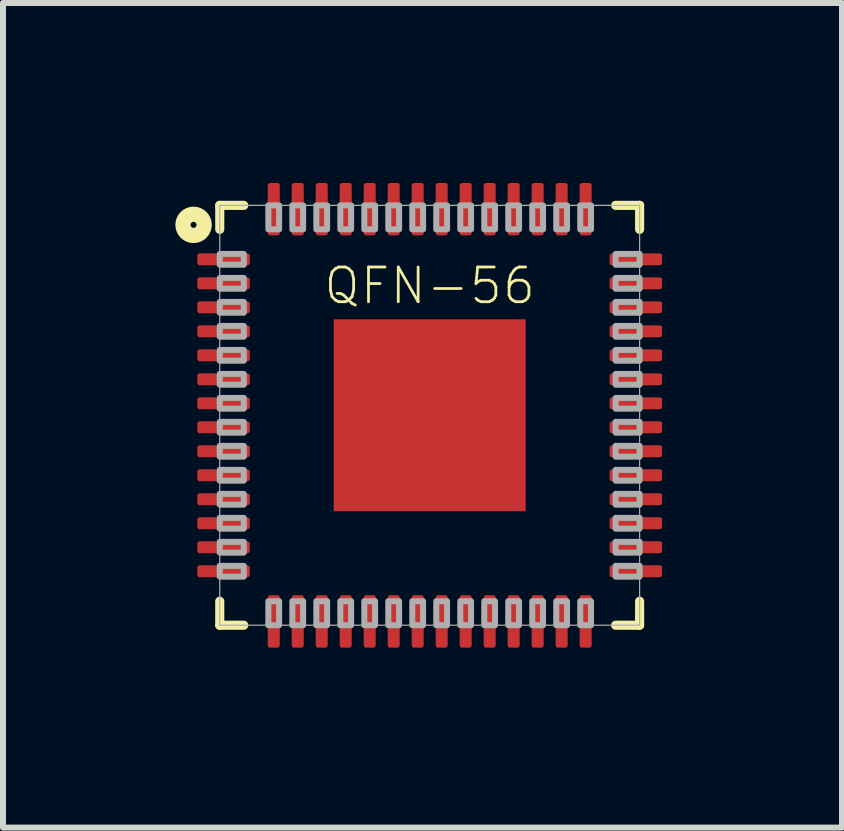
<source format=kicad_pcb>
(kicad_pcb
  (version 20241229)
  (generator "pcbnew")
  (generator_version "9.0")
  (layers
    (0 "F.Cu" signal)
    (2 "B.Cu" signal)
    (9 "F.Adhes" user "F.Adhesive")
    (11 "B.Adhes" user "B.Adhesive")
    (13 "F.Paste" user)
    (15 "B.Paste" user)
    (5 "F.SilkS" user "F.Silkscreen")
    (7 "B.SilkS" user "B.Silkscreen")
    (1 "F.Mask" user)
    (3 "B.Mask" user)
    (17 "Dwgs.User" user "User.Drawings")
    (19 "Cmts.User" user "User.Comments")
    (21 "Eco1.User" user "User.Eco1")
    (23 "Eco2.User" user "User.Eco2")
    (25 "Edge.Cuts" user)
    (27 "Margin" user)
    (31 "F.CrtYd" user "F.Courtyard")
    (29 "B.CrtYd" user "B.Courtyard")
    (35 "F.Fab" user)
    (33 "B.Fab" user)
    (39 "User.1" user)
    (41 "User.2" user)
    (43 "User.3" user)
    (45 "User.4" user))
  (footprint "QFN-56"
    (layer "F.Cu")
    (at 4.114 3.874)
    (property "Reference" "QFN-56" (at -0.000004 -2.159 0) (layer "F.SilkS") (effects (font (size 0.579 0.579) (thickness 0.046))))
    (attr through_hole)
    (fp_line (start -3.5 -3.5) (end -3.5 -3.1) (stroke (width 0.152) (type solid)) (layer "F.SilkS"))
    (fp_line (start -3.5 3.5) (end -3.5 3.1) (stroke (width 0.152) (type solid)) (layer "F.SilkS"))
    (fp_line (start -3.1 -3.5) (end -3.5 -3.5) (stroke (width 0.152) (type solid)) (layer "F.SilkS"))
    (fp_line (start -3.1 3.5) (end -3.5 3.5) (stroke (width 0.152) (type solid)) (layer "F.SilkS"))
    (fp_line (start 3.1 3.5) (end 3.5 3.5) (stroke (width 0.152) (type solid)) (layer "F.SilkS"))
    (fp_line (start 3.5 -3.5) (end 3.1 -3.5) (stroke (width 0.152) (type solid)) (layer "F.SilkS"))
    (fp_line (start 3.5 -3.1) (end 3.5 -3.5) (stroke (width 0.152) (type solid)) (layer "F.SilkS"))
    (fp_line (start 3.5 3.1) (end 3.5 3.5) (stroke (width 0.152) (type solid)) (layer "F.SilkS"))
    (fp_circle (center -3.937 -3.175) (end -3.887 -3.175) (stroke (width 0.254) (type solid)) (fill no) (layer "F.SilkS"))
    (fp_poly (pts (xy -3.75 -2.5) (xy -3.1 -2.5) (xy -3.1 -2.7) (xy -3.75 -2.7)) (stroke (width 0) (type solid)) (fill yes) (layer "F.Paste"))
    (fp_poly (pts (xy -3.75 -2.1) (xy -3.1 -2.1) (xy -3.1 -2.3) (xy -3.75 -2.3)) (stroke (width 0) (type solid)) (fill yes) (layer "F.Paste"))
    (fp_poly (pts (xy -3.75 -1.7) (xy -3.1 -1.7) (xy -3.1 -1.9) (xy -3.75 -1.9)) (stroke (width 0) (type solid)) (fill yes) (layer "F.Paste"))
    (fp_poly (pts (xy -3.75 -1.3) (xy -3.1 -1.3) (xy -3.1 -1.5) (xy -3.75 -1.5)) (stroke (width 0) (type solid)) (fill yes) (layer "F.Paste"))
    (fp_poly (pts (xy -3.75 -0.9) (xy -3.1 -0.9) (xy -3.1 -1.1) (xy -3.75 -1.1)) (stroke (width 0) (type solid)) (fill yes) (layer "F.Paste"))
    (fp_poly (pts (xy -3.75 -0.5) (xy -3.1 -0.5) (xy -3.1 -0.7) (xy -3.75 -0.7)) (stroke (width 0) (type solid)) (fill yes) (layer "F.Paste"))
    (fp_poly (pts (xy -3.75 -0.1) (xy -3.1 -0.1) (xy -3.1 -0.3) (xy -3.75 -0.3)) (stroke (width 0) (type solid)) (fill yes) (layer "F.Paste"))
    (fp_poly (pts (xy -3.75 0.3) (xy -3.1 0.3) (xy -3.1 0.1) (xy -3.75 0.1)) (stroke (width 0) (type solid)) (fill yes) (layer "F.Paste"))
    (fp_poly (pts (xy -3.75 0.7) (xy -3.1 0.7) (xy -3.1 0.5) (xy -3.75 0.5)) (stroke (width 0) (type solid)) (fill yes) (layer "F.Paste"))
    (fp_poly (pts (xy -3.75 1.1) (xy -3.1 1.1) (xy -3.1 0.9) (xy -3.75 0.9)) (stroke (width 0) (type solid)) (fill yes) (layer "F.Paste"))
    (fp_poly (pts (xy -3.75 1.5) (xy -3.1 1.5) (xy -3.1 1.3) (xy -3.75 1.3)) (stroke (width 0) (type solid)) (fill yes) (layer "F.Paste"))
    (fp_poly (pts (xy -3.75 1.9) (xy -3.1 1.9) (xy -3.1 1.7) (xy -3.75 1.7)) (stroke (width 0) (type solid)) (fill yes) (layer "F.Paste"))
    (fp_poly (pts (xy -3.75 2.3) (xy -3.1 2.3) (xy -3.1 2.1) (xy -3.75 2.1)) (stroke (width 0) (type solid)) (fill yes) (layer "F.Paste"))
    (fp_poly (pts (xy -3.75 2.7) (xy -3.1 2.7) (xy -3.1 2.5) (xy -3.75 2.5)) (stroke (width 0) (type solid)) (fill yes) (layer "F.Paste"))
    (fp_poly (pts (xy -2.7 -3.75) (xy -2.7 -3.1) (xy -2.5 -3.1) (xy -2.5 -3.75)) (stroke (width 0) (type solid)) (fill yes) (layer "F.Paste"))
    (fp_poly (pts (xy -2.5 3.75) (xy -2.5 3.1) (xy -2.7 3.1) (xy -2.7 3.75)) (stroke (width 0) (type solid)) (fill yes) (layer "F.Paste"))
    (fp_poly (pts (xy -2.3 -3.75) (xy -2.3 -3.1) (xy -2.1 -3.1) (xy -2.1 -3.75)) (stroke (width 0) (type solid)) (fill yes) (layer "F.Paste"))
    (fp_poly (pts (xy -2.1 3.75) (xy -2.1 3.1) (xy -2.3 3.1) (xy -2.3 3.75)) (stroke (width 0) (type solid)) (fill yes) (layer "F.Paste"))
    (fp_poly (pts (xy -1.9 -3.75) (xy -1.9 -3.1) (xy -1.7 -3.1) (xy -1.7 -3.75)) (stroke (width 0) (type solid)) (fill yes) (layer "F.Paste"))
    (fp_poly (pts (xy -1.7 3.75) (xy -1.7 3.1) (xy -1.9 3.1) (xy -1.9 3.75)) (stroke (width 0) (type solid)) (fill yes) (layer "F.Paste"))
    (fp_poly (pts (xy -1.5 -3.75) (xy -1.5 -3.1) (xy -1.3 -3.1) (xy -1.3 -3.75)) (stroke (width 0) (type solid)) (fill yes) (layer "F.Paste"))
    (fp_poly (pts (xy -1.3 -0.7) (xy -0.7 -0.7) (xy -0.7 -1.3) (xy -1.3 -1.3)) (stroke (width 0) (type solid)) (fill yes) (layer "F.Paste"))
    (fp_poly (pts (xy -1.3 1.3) (xy -0.7 1.3) (xy -0.7 0.7) (xy -1.3 0.7)) (stroke (width 0) (type solid)) (fill yes) (layer "F.Paste"))
    (fp_poly (pts (xy -1.3 3.75) (xy -1.3 3.1) (xy -1.5 3.1) (xy -1.5 3.75)) (stroke (width 0) (type solid)) (fill yes) (layer "F.Paste"))
    (fp_poly (pts (xy -1.1 -3.75) (xy -1.1 -3.1) (xy -0.9 -3.1) (xy -0.9 -3.75)) (stroke (width 0) (type solid)) (fill yes) (layer "F.Paste"))
    (fp_poly (pts (xy -0.9 3.75) (xy -0.9 3.1) (xy -1.1 3.1) (xy -1.1 3.75)) (stroke (width 0) (type solid)) (fill yes) (layer "F.Paste"))
    (fp_poly (pts (xy -0.7 -3.75) (xy -0.7 -3.1) (xy -0.5 -3.1) (xy -0.5 -3.75)) (stroke (width 0) (type solid)) (fill yes) (layer "F.Paste"))
    (fp_poly (pts (xy -0.5 3.75) (xy -0.5 3.1) (xy -0.7 3.1) (xy -0.7 3.75)) (stroke (width 0) (type solid)) (fill yes) (layer "F.Paste"))
    (fp_poly (pts (xy -0.3 -3.75) (xy -0.3 -3.1) (xy -0.1 -3.1) (xy -0.1 -3.75)) (stroke (width 0) (type solid)) (fill yes) (layer "F.Paste"))
    (fp_poly (pts (xy -0.3 0.3) (xy 0.3 0.3) (xy 0.3 -0.3) (xy -0.3 -0.3)) (stroke (width 0) (type solid)) (fill yes) (layer "F.Paste"))
    (fp_poly (pts (xy -0.1 3.75) (xy -0.1 3.1) (xy -0.3 3.1) (xy -0.3 3.75)) (stroke (width 0) (type solid)) (fill yes) (layer "F.Paste"))
    (fp_poly (pts (xy 0.1 -3.75) (xy 0.1 -3.1) (xy 0.3 -3.1) (xy 0.3 -3.75)) (stroke (width 0) (type solid)) (fill yes) (layer "F.Paste"))
    (fp_poly (pts (xy 0.3 3.75) (xy 0.3 3.1) (xy 0.1 3.1) (xy 0.1 3.75)) (stroke (width 0) (type solid)) (fill yes) (layer "F.Paste"))
    (fp_poly (pts (xy 0.5 -3.75) (xy 0.5 -3.1) (xy 0.7 -3.1) (xy 0.7 -3.75)) (stroke (width 0) (type solid)) (fill yes) (layer "F.Paste"))
    (fp_poly (pts (xy 0.7 -0.7) (xy 1.3 -0.7) (xy 1.3 -1.3) (xy 0.7 -1.3)) (stroke (width 0) (type solid)) (fill yes) (layer "F.Paste"))
    (fp_poly (pts (xy 0.7 1.3) (xy 1.3 1.3) (xy 1.3 0.7) (xy 0.7 0.7)) (stroke (width 0) (type solid)) (fill yes) (layer "F.Paste"))
    (fp_poly (pts (xy 0.7 3.75) (xy 0.7 3.1) (xy 0.5 3.1) (xy 0.5 3.75)) (stroke (width 0) (type solid)) (fill yes) (layer "F.Paste"))
    (fp_poly (pts (xy 0.9 -3.75) (xy 0.9 -3.1) (xy 1.1 -3.1) (xy 1.1 -3.75)) (stroke (width 0) (type solid)) (fill yes) (layer "F.Paste"))
    (fp_poly (pts (xy 1.1 3.75) (xy 1.1 3.1) (xy 0.9 3.1) (xy 0.9 3.75)) (stroke (width 0) (type solid)) (fill yes) (layer "F.Paste"))
    (fp_poly (pts (xy 1.3 -3.75) (xy 1.3 -3.1) (xy 1.5 -3.1) (xy 1.5 -3.75)) (stroke (width 0) (type solid)) (fill yes) (layer "F.Paste"))
    (fp_poly (pts (xy 1.5 3.75) (xy 1.5 3.1) (xy 1.3 3.1) (xy 1.3 3.75)) (stroke (width 0) (type solid)) (fill yes) (layer "F.Paste"))
    (fp_poly (pts (xy 1.7 -3.75) (xy 1.7 -3.1) (xy 1.9 -3.1) (xy 1.9 -3.75)) (stroke (width 0) (type solid)) (fill yes) (layer "F.Paste"))
    (fp_poly (pts (xy 1.9 3.75) (xy 1.9 3.1) (xy 1.7 3.1) (xy 1.7 3.75)) (stroke (width 0) (type solid)) (fill yes) (layer "F.Paste"))
    (fp_poly (pts (xy 2.1 -3.75) (xy 2.1 -3.1) (xy 2.3 -3.1) (xy 2.3 -3.75)) (stroke (width 0) (type solid)) (fill yes) (layer "F.Paste"))
    (fp_poly (pts (xy 2.3 3.75) (xy 2.3 3.1) (xy 2.1 3.1) (xy 2.1 3.75)) (stroke (width 0) (type solid)) (fill yes) (layer "F.Paste"))
    (fp_poly (pts (xy 2.5 -3.75) (xy 2.5 -3.1) (xy 2.7 -3.1) (xy 2.7 -3.75)) (stroke (width 0) (type solid)) (fill yes) (layer "F.Paste"))
    (fp_poly (pts (xy 2.7 3.75) (xy 2.7 3.1) (xy 2.5 3.1) (xy 2.5 3.75)) (stroke (width 0) (type solid)) (fill yes) (layer "F.Paste"))
    (fp_poly (pts (xy 3.75 -2.7) (xy 3.1 -2.7) (xy 3.1 -2.5) (xy 3.75 -2.5)) (stroke (width 0) (type solid)) (fill yes) (layer "F.Paste"))
    (fp_poly (pts (xy 3.75 -2.3) (xy 3.1 -2.3) (xy 3.1 -2.1) (xy 3.75 -2.1)) (stroke (width 0) (type solid)) (fill yes) (layer "F.Paste"))
    (fp_poly (pts (xy 3.75 -1.9) (xy 3.1 -1.9) (xy 3.1 -1.7) (xy 3.75 -1.7)) (stroke (width 0) (type solid)) (fill yes) (layer "F.Paste"))
    (fp_poly (pts (xy 3.75 -1.5) (xy 3.1 -1.5) (xy 3.1 -1.3) (xy 3.75 -1.3)) (stroke (width 0) (type solid)) (fill yes) (layer "F.Paste"))
    (fp_poly (pts (xy 3.75 -1.1) (xy 3.1 -1.1) (xy 3.1 -0.9) (xy 3.75 -0.9)) (stroke (width 0) (type solid)) (fill yes) (layer "F.Paste"))
    (fp_poly (pts (xy 3.75 -0.7) (xy 3.1 -0.7) (xy 3.1 -0.5) (xy 3.75 -0.5)) (stroke (width 0) (type solid)) (fill yes) (layer "F.Paste"))
    (fp_poly (pts (xy 3.75 -0.3) (xy 3.1 -0.3) (xy 3.1 -0.1) (xy 3.75 -0.1)) (stroke (width 0) (type solid)) (fill yes) (layer "F.Paste"))
    (fp_poly (pts (xy 3.75 0.1) (xy 3.1 0.1) (xy 3.1 0.3) (xy 3.75 0.3)) (stroke (width 0) (type solid)) (fill yes) (layer "F.Paste"))
    (fp_poly (pts (xy 3.75 0.5) (xy 3.1 0.5) (xy 3.1 0.7) (xy 3.75 0.7)) (stroke (width 0) (type solid)) (fill yes) (layer "F.Paste"))
    (fp_poly (pts (xy 3.75 0.9) (xy 3.1 0.9) (xy 3.1 1.1) (xy 3.75 1.1)) (stroke (width 0) (type solid)) (fill yes) (layer "F.Paste"))
    (fp_poly (pts (xy 3.75 1.3) (xy 3.1 1.3) (xy 3.1 1.5) (xy 3.75 1.5)) (stroke (width 0) (type solid)) (fill yes) (layer "F.Paste"))
    (fp_poly (pts (xy 3.75 1.7) (xy 3.1 1.7) (xy 3.1 1.9) (xy 3.75 1.9)) (stroke (width 0) (type solid)) (fill yes) (layer "F.Paste"))
    (fp_poly (pts (xy 3.75 2.1) (xy 3.1 2.1) (xy 3.1 2.3) (xy 3.75 2.3)) (stroke (width 0) (type solid)) (fill yes) (layer "F.Paste"))
    (fp_poly (pts (xy 3.75 2.5) (xy 3.1 2.5) (xy 3.1 2.7) (xy 3.75 2.7)) (stroke (width 0) (type solid)) (fill yes) (layer "F.Paste"))
    (fp_line (start -3.5 -3.5) (end -3.5 3.5) (stroke (width 0.02) (type solid)) (layer "F.Fab"))
    (fp_line (start -3.5 3.5) (end 3.5 3.5) (stroke (width 0.02) (type solid)) (layer "F.Fab"))
    (fp_line (start 3.5 -3.5) (end -3.5 -3.5) (stroke (width 0.02) (type solid)) (layer "F.Fab"))
    (fp_line (start 3.5 3.5) (end 3.5 -3.5) (stroke (width 0.02) (type solid)) (layer "F.Fab"))
    (fp_poly (pts (xy -3.5 -2.51) (xy -3.1 -2.51) (xy -3.1 -2.69) (xy -3.5 -2.69)) (stroke (width 0.1) (type solid)) (fill no) (layer "F.Fab"))
    (fp_poly (pts (xy -3.5 -2.11) (xy -3.1 -2.11) (xy -3.1 -2.29) (xy -3.5 -2.29)) (stroke (width 0.1) (type solid)) (fill no) (layer "F.Fab"))
    (fp_poly (pts (xy -3.5 -1.71) (xy -3.1 -1.71) (xy -3.1 -1.89) (xy -3.5 -1.89)) (stroke (width 0.1) (type solid)) (fill no) (layer "F.Fab"))
    (fp_poly (pts (xy -3.5 -1.31) (xy -3.1 -1.31) (xy -3.1 -1.49) (xy -3.5 -1.49)) (stroke (width 0.1) (type solid)) (fill no) (layer "F.Fab"))
    (fp_poly (pts (xy -3.5 -0.91) (xy -3.1 -0.91) (xy -3.1 -1.09) (xy -3.5 -1.09)) (stroke (width 0.1) (type solid)) (fill no) (layer "F.Fab"))
    (fp_poly (pts (xy -3.5 -0.51) (xy -3.1 -0.51) (xy -3.1 -0.69) (xy -3.5 -0.69)) (stroke (width 0.1) (type solid)) (fill no) (layer "F.Fab"))
    (fp_poly (pts (xy -3.5 -0.11) (xy -3.1 -0.11) (xy -3.1 -0.29) (xy -3.5 -0.29)) (stroke (width 0.1) (type solid)) (fill no) (layer "F.Fab"))
    (fp_poly (pts (xy -3.5 0.29) (xy -3.1 0.29) (xy -3.1 0.11) (xy -3.5 0.11)) (stroke (width 0.1) (type solid)) (fill no) (layer "F.Fab"))
    (fp_poly (pts (xy -3.5 0.69) (xy -3.1 0.69) (xy -3.1 0.51) (xy -3.5 0.51)) (stroke (width 0.1) (type solid)) (fill no) (layer "F.Fab"))
    (fp_poly (pts (xy -3.5 1.09) (xy -3.1 1.09) (xy -3.1 0.91) (xy -3.5 0.91)) (stroke (width 0.1) (type solid)) (fill no) (layer "F.Fab"))
    (fp_poly (pts (xy -3.5 1.49) (xy -3.1 1.49) (xy -3.1 1.31) (xy -3.5 1.31)) (stroke (width 0.1) (type solid)) (fill no) (layer "F.Fab"))
    (fp_poly (pts (xy -3.5 1.89) (xy -3.1 1.89) (xy -3.1 1.71) (xy -3.5 1.71)) (stroke (width 0.1) (type solid)) (fill no) (layer "F.Fab"))
    (fp_poly (pts (xy -3.5 2.29) (xy -3.1 2.29) (xy -3.1 2.11) (xy -3.5 2.11)) (stroke (width 0.1) (type solid)) (fill no) (layer "F.Fab"))
    (fp_poly (pts (xy -3.5 2.69) (xy -3.1 2.69) (xy -3.1 2.51) (xy -3.5 2.51)) (stroke (width 0.1) (type solid)) (fill no) (layer "F.Fab"))
    (fp_poly (pts (xy -2.69 -3.5) (xy -2.69 -3.1) (xy -2.51 -3.1) (xy -2.51 -3.5)) (stroke (width 0.1) (type solid)) (fill no) (layer "F.Fab"))
    (fp_poly (pts (xy -2.51 3.5) (xy -2.51 3.1) (xy -2.69 3.1) (xy -2.69 3.5)) (stroke (width 0.1) (type solid)) (fill no) (layer "F.Fab"))
    (fp_poly (pts (xy -2.29 -3.5) (xy -2.29 -3.1) (xy -2.11 -3.1) (xy -2.11 -3.5)) (stroke (width 0.1) (type solid)) (fill no) (layer "F.Fab"))
    (fp_poly (pts (xy -2.11 3.5) (xy -2.11 3.1) (xy -2.29 3.1) (xy -2.29 3.5)) (stroke (width 0.1) (type solid)) (fill no) (layer "F.Fab"))
    (fp_poly (pts (xy -1.89 -3.5) (xy -1.89 -3.1) (xy -1.71 -3.1) (xy -1.71 -3.5)) (stroke (width 0.1) (type solid)) (fill no) (layer "F.Fab"))
    (fp_poly (pts (xy -1.71 3.5) (xy -1.71 3.1) (xy -1.89 3.1) (xy -1.89 3.5)) (stroke (width 0.1) (type solid)) (fill no) (layer "F.Fab"))
    (fp_poly (pts (xy -1.49 -3.5) (xy -1.49 -3.1) (xy -1.31 -3.1) (xy -1.31 -3.5)) (stroke (width 0.1) (type solid)) (fill no) (layer "F.Fab"))
    (fp_poly (pts (xy -1.31 3.5) (xy -1.31 3.1) (xy -1.49 3.1) (xy -1.49 3.5)) (stroke (width 0.1) (type solid)) (fill no) (layer "F.Fab"))
    (fp_poly (pts (xy -1.09 -3.5) (xy -1.09 -3.1) (xy -0.91 -3.1) (xy -0.91 -3.5)) (stroke (width 0.1) (type solid)) (fill no) (layer "F.Fab"))
    (fp_poly (pts (xy -0.91 3.5) (xy -0.91 3.1) (xy -1.09 3.1) (xy -1.09 3.5)) (stroke (width 0.1) (type solid)) (fill no) (layer "F.Fab"))
    (fp_poly (pts (xy -0.69 -3.5) (xy -0.69 -3.1) (xy -0.51 -3.1) (xy -0.51 -3.5)) (stroke (width 0.1) (type solid)) (fill no) (layer "F.Fab"))
    (fp_poly (pts (xy -0.51 3.5) (xy -0.51 3.1) (xy -0.69 3.1) (xy -0.69 3.5)) (stroke (width 0.1) (type solid)) (fill no) (layer "F.Fab"))
    (fp_poly (pts (xy -0.29 -3.5) (xy -0.29 -3.1) (xy -0.11 -3.1) (xy -0.11 -3.5)) (stroke (width 0.1) (type solid)) (fill no) (layer "F.Fab"))
    (fp_poly (pts (xy -0.11 3.5) (xy -0.11 3.1) (xy -0.29 3.1) (xy -0.29 3.5)) (stroke (width 0.1) (type solid)) (fill no) (layer "F.Fab"))
    (fp_poly (pts (xy 0.11 -3.5) (xy 0.11 -3.1) (xy 0.29 -3.1) (xy 0.29 -3.5)) (stroke (width 0.1) (type solid)) (fill no) (layer "F.Fab"))
    (fp_poly (pts (xy 0.29 3.5) (xy 0.29 3.1) (xy 0.11 3.1) (xy 0.11 3.5)) (stroke (width 0.1) (type solid)) (fill no) (layer "F.Fab"))
    (fp_poly (pts (xy 0.51 -3.5) (xy 0.51 -3.1) (xy 0.69 -3.1) (xy 0.69 -3.5)) (stroke (width 0.1) (type solid)) (fill no) (layer "F.Fab"))
    (fp_poly (pts (xy 0.69 3.5) (xy 0.69 3.1) (xy 0.51 3.1) (xy 0.51 3.5)) (stroke (width 0.1) (type solid)) (fill no) (layer "F.Fab"))
    (fp_poly (pts (xy 0.91 -3.5) (xy 0.91 -3.1) (xy 1.09 -3.1) (xy 1.09 -3.5)) (stroke (width 0.1) (type solid)) (fill no) (layer "F.Fab"))
    (fp_poly (pts (xy 1.09 3.5) (xy 1.09 3.1) (xy 0.91 3.1) (xy 0.91 3.5)) (stroke (width 0.1) (type solid)) (fill no) (layer "F.Fab"))
    (fp_poly (pts (xy 1.31 -3.5) (xy 1.31 -3.1) (xy 1.49 -3.1) (xy 1.49 -3.5)) (stroke (width 0.1) (type solid)) (fill no) (layer "F.Fab"))
    (fp_poly (pts (xy 1.49 3.5) (xy 1.49 3.1) (xy 1.31 3.1) (xy 1.31 3.5)) (stroke (width 0.1) (type solid)) (fill no) (layer "F.Fab"))
    (fp_poly (pts (xy 1.71 -3.5) (xy 1.71 -3.1) (xy 1.89 -3.1) (xy 1.89 -3.5)) (stroke (width 0.1) (type solid)) (fill no) (layer "F.Fab"))
    (fp_poly (pts (xy 1.89 3.5) (xy 1.89 3.1) (xy 1.71 3.1) (xy 1.71 3.5)) (stroke (width 0.1) (type solid)) (fill no) (layer "F.Fab"))
    (fp_poly (pts (xy 2.11 -3.5) (xy 2.11 -3.1) (xy 2.29 -3.1) (xy 2.29 -3.5)) (stroke (width 0.1) (type solid)) (fill no) (layer "F.Fab"))
    (fp_poly (pts (xy 2.29 3.5) (xy 2.29 3.1) (xy 2.11 3.1) (xy 2.11 3.5)) (stroke (width 0.1) (type solid)) (fill no) (layer "F.Fab"))
    (fp_poly (pts (xy 2.51 -3.5) (xy 2.51 -3.1) (xy 2.69 -3.1) (xy 2.69 -3.5)) (stroke (width 0.1) (type solid)) (fill no) (layer "F.Fab"))
    (fp_poly (pts (xy 2.69 3.5) (xy 2.69 3.1) (xy 2.51 3.1) (xy 2.51 3.5)) (stroke (width 0.1) (type solid)) (fill no) (layer "F.Fab"))
    (fp_poly (pts (xy 3.5 -2.69) (xy 3.1 -2.69) (xy 3.1 -2.51) (xy 3.5 -2.51)) (stroke (width 0.1) (type solid)) (fill no) (layer "F.Fab"))
    (fp_poly (pts (xy 3.5 -2.29) (xy 3.1 -2.29) (xy 3.1 -2.11) (xy 3.5 -2.11)) (stroke (width 0.1) (type solid)) (fill no) (layer "F.Fab"))
    (fp_poly (pts (xy 3.5 -1.89) (xy 3.1 -1.89) (xy 3.1 -1.71) (xy 3.5 -1.71)) (stroke (width 0.1) (type solid)) (fill no) (layer "F.Fab"))
    (fp_poly (pts (xy 3.5 -1.49) (xy 3.1 -1.49) (xy 3.1 -1.31) (xy 3.5 -1.31)) (stroke (width 0.1) (type solid)) (fill no) (layer "F.Fab"))
    (fp_poly (pts (xy 3.5 -1.09) (xy 3.1 -1.09) (xy 3.1 -0.91) (xy 3.5 -0.91)) (stroke (width 0.1) (type solid)) (fill no) (layer "F.Fab"))
    (fp_poly (pts (xy 3.5 -0.69) (xy 3.1 -0.69) (xy 3.1 -0.51) (xy 3.5 -0.51)) (stroke (width 0.1) (type solid)) (fill no) (layer "F.Fab"))
    (fp_poly (pts (xy 3.5 -0.29) (xy 3.1 -0.29) (xy 3.1 -0.11) (xy 3.5 -0.11)) (stroke (width 0.1) (type solid)) (fill no) (layer "F.Fab"))
    (fp_poly (pts (xy 3.5 0.11) (xy 3.1 0.11) (xy 3.1 0.29) (xy 3.5 0.29)) (stroke (width 0.1) (type solid)) (fill no) (layer "F.Fab"))
    (fp_poly (pts (xy 3.5 0.51) (xy 3.1 0.51) (xy 3.1 0.69) (xy 3.5 0.69)) (stroke (width 0.1) (type solid)) (fill no) (layer "F.Fab"))
    (fp_poly (pts (xy 3.5 0.91) (xy 3.1 0.91) (xy 3.1 1.09) (xy 3.5 1.09)) (stroke (width 0.1) (type solid)) (fill no) (layer "F.Fab"))
    (fp_poly (pts (xy 3.5 1.31) (xy 3.1 1.31) (xy 3.1 1.49) (xy 3.5 1.49)) (stroke (width 0.1) (type solid)) (fill no) (layer "F.Fab"))
    (fp_poly (pts (xy 3.5 1.71) (xy 3.1 1.71) (xy 3.1 1.89) (xy 3.5 1.89)) (stroke (width 0.1) (type solid)) (fill no) (layer "F.Fab"))
    (fp_poly (pts (xy 3.5 2.11) (xy 3.1 2.11) (xy 3.1 2.29) (xy 3.5 2.29)) (stroke (width 0.1) (type solid)) (fill no) (layer "F.Fab"))
    (fp_poly (pts (xy 3.5 2.51) (xy 3.1 2.51) (xy 3.1 2.69) (xy 3.5 2.69)) (stroke (width 0.1) (type solid)) (fill no) (layer "F.Fab"))
    (pad "1" smd roundrect (at -3.437 -2.6 180) (size 0.875 0.2) (layers "F.Cu" "F.Mask") (roundrect_rratio 0.2))
    (pad "2" smd roundrect (at -3.437 -2.2 180) (size 0.875 0.2) (layers "F.Cu" "F.Mask") (roundrect_rratio 0.2))
    (pad "3" smd roundrect (at -3.437 -1.8 180) (size 0.875 0.2) (layers "F.Cu" "F.Mask") (roundrect_rratio 0.2))
    (pad "4" smd roundrect (at -3.437 -1.4 180) (size 0.875 0.2) (layers "F.Cu" "F.Mask") (roundrect_rratio 0.2))
    (pad "5" smd roundrect (at -3.437 -1 180) (size 0.875 0.2) (layers "F.Cu" "F.Mask") (roundrect_rratio 0.2))
    (pad "6" smd roundrect (at -3.437 -0.6 180) (size 0.875 0.2) (layers "F.Cu" "F.Mask") (roundrect_rratio 0.2))
    (pad "7" smd roundrect (at -3.437 -0.2) (size 0.875 0.2) (layers "F.Cu" "F.Mask") (roundrect_rratio 0.2))
    (pad "8" smd roundrect (at -3.437 0.2 180) (size 0.875 0.2) (layers "F.Cu" "F.Mask") (roundrect_rratio 0.2))
    (pad "9" smd roundrect (at -3.437 0.6 180) (size 0.875 0.2) (layers "F.Cu" "F.Mask") (roundrect_rratio 0.2))
    (pad "10" smd roundrect (at -3.437 1 180) (size 0.875 0.2) (layers "F.Cu" "F.Mask") (roundrect_rratio 0.2))
    (pad "11" smd roundrect (at -3.437 1.4 180) (size 0.875 0.2) (layers "F.Cu" "F.Mask") (roundrect_rratio 0.2))
    (pad "12" smd roundrect (at -3.437 1.8 180) (size 0.875 0.2) (layers "F.Cu" "F.Mask") (roundrect_rratio 0.2))
    (pad "13" smd roundrect (at -3.437 2.2 180) (size 0.875 0.2) (layers "F.Cu" "F.Mask") (roundrect_rratio 0.2))
    (pad "14" smd roundrect (at -3.437 2.6) (size 0.875 0.2) (layers "F.Cu" "F.Mask") (roundrect_rratio 0.2))
    (pad "15" smd roundrect (at -2.6 3.437 270) (size 0.875 0.2) (layers "F.Cu" "F.Mask") (roundrect_rratio 0.2))
    (pad "16" smd roundrect (at -2.2 3.437 270) (size 0.875 0.2) (layers "F.Cu" "F.Mask") (roundrect_rratio 0.2))
    (pad "17" smd roundrect (at -1.8 3.437 270) (size 0.875 0.2) (layers "F.Cu" "F.Mask") (roundrect_rratio 0.2))
    (pad "18" smd roundrect (at -1.4 3.437 270) (size 0.875 0.2) (layers "F.Cu" "F.Mask") (roundrect_rratio 0.2))
    (pad "19" smd roundrect (at -1 3.437 270) (size 0.875 0.2) (layers "F.Cu" "F.Mask") (roundrect_rratio 0.2))
    (pad "20" smd roundrect (at -0.6 3.437 270) (size 0.875 0.2) (layers "F.Cu" "F.Mask") (roundrect_rratio 0.2))
    (pad "21" smd roundrect (at -0.2 3.437 90) (size 0.875 0.2) (layers "F.Cu" "F.Mask") (roundrect_rratio 0.2))
    (pad "22" smd roundrect (at 0.2 3.437 270) (size 0.875 0.2) (layers "F.Cu" "F.Mask") (roundrect_rratio 0.2))
    (pad "23" smd roundrect (at 0.6 3.437 270) (size 0.875 0.2) (layers "F.Cu" "F.Mask") (roundrect_rratio 0.2))
    (pad "24" smd roundrect (at 1 3.437 270) (size 0.875 0.2) (layers "F.Cu" "F.Mask") (roundrect_rratio 0.2))
    (pad "25" smd roundrect (at 1.4 3.437 270) (size 0.875 0.2) (layers "F.Cu" "F.Mask") (roundrect_rratio 0.2))
    (pad "26" smd roundrect (at 1.8 3.437 270) (size 0.875 0.2) (layers "F.Cu" "F.Mask") (roundrect_rratio 0.2))
    (pad "27" smd roundrect (at 2.2 3.437 270) (size 0.875 0.2) (layers "F.Cu" "F.Mask") (roundrect_rratio 0.2))
    (pad "28" smd roundrect (at 2.6 3.437 90) (size 0.875 0.2) (layers "F.Cu" "F.Mask") (roundrect_rratio 0.2))
    (pad "29" smd roundrect (at 3.437 2.6) (size 0.875 0.2) (layers "F.Cu" "F.Mask") (roundrect_rratio 0.2))
    (pad "30" smd roundrect (at 3.437 2.2) (size 0.875 0.2) (layers "F.Cu" "F.Mask") (roundrect_rratio 0.2))
    (pad "31" smd roundrect (at 3.437 1.8) (size 0.875 0.2) (layers "F.Cu" "F.Mask") (roundrect_rratio 0.2))
    (pad "32" smd roundrect (at 3.437 1.4) (size 0.875 0.2) (layers "F.Cu" "F.Mask") (roundrect_rratio 0.2))
    (pad "33" smd roundrect (at 3.437 1) (size 0.875 0.2) (layers "F.Cu" "F.Mask") (roundrect_rratio 0.2))
    (pad "34" smd roundrect (at 3.437 0.6) (size 0.875 0.2) (layers "F.Cu" "F.Mask") (roundrect_rratio 0.2))
    (pad "35" smd roundrect (at 3.437 0.2 180) (size 0.875 0.2) (layers "F.Cu" "F.Mask") (roundrect_rratio 0.2))
    (pad "36" smd roundrect (at 3.437 -0.2) (size 0.875 0.2) (layers "F.Cu" "F.Mask") (roundrect_rratio 0.2))
    (pad "37" smd roundrect (at 3.437 -0.6) (size 0.875 0.2) (layers "F.Cu" "F.Mask") (roundrect_rratio 0.2))
    (pad "38" smd roundrect (at 3.437 -1) (size 0.875 0.2) (layers "F.Cu" "F.Mask") (roundrect_rratio 0.2))
    (pad "39" smd roundrect (at 3.437 -1.4) (size 0.875 0.2) (layers "F.Cu" "F.Mask") (roundrect_rratio 0.2))
    (pad "40" smd roundrect (at 3.437 -1.8) (size 0.875 0.2) (layers "F.Cu" "F.Mask") (roundrect_rratio 0.2))
    (pad "41" smd roundrect (at 3.437 -2.2) (size 0.875 0.2) (layers "F.Cu" "F.Mask") (roundrect_rratio 0.2))
    (pad "42" smd roundrect (at 3.437 -2.6 180) (size 0.875 0.2) (layers "F.Cu" "F.Mask") (roundrect_rratio 0.2))
    (pad "43" smd roundrect (at 2.6 -3.437 90) (size 0.875 0.2) (layers "F.Cu" "F.Mask") (roundrect_rratio 0.2))
    (pad "44" smd roundrect (at 2.2 -3.437 90) (size 0.875 0.2) (layers "F.Cu" "F.Mask") (roundrect_rratio 0.2))
    (pad "45" smd roundrect (at 1.8 -3.437 90) (size 0.875 0.2) (layers "F.Cu" "F.Mask") (roundrect_rratio 0.2))
    (pad "46" smd roundrect (at 1.4 -3.437 90) (size 0.875 0.2) (layers "F.Cu" "F.Mask") (roundrect_rratio 0.2))
    (pad "47" smd roundrect (at 1 -3.437 90) (size 0.875 0.2) (layers "F.Cu" "F.Mask") (roundrect_rratio 0.2))
    (pad "48" smd roundrect (at 0.6 -3.437 90) (size 0.875 0.2) (layers "F.Cu" "F.Mask") (roundrect_rratio 0.2))
    (pad "49" smd roundrect (at 0.2 -3.437 270) (size 0.875 0.2) (layers "F.Cu" "F.Mask") (roundrect_rratio 0.2))
    (pad "50" smd roundrect (at -0.2 -3.437 90) (size 0.875 0.2) (layers "F.Cu" "F.Mask") (roundrect_rratio 0.2))
    (pad "51" smd roundrect (at -0.6 -3.437 90) (size 0.875 0.2) (layers "F.Cu" "F.Mask") (roundrect_rratio 0.2))
    (pad "52" smd roundrect (at -1 -3.437 90) (size 0.875 0.2) (layers "F.Cu" "F.Mask") (roundrect_rratio 0.2))
    (pad "53" smd roundrect (at -1.4 -3.437 90) (size 0.875 0.2) (layers "F.Cu" "F.Mask") (roundrect_rratio 0.2))
    (pad "54" smd roundrect (at -1.8 -3.437 90) (size 0.875 0.2) (layers "F.Cu" "F.Mask") (roundrect_rratio 0.2))
    (pad "55" smd roundrect (at -2.2 -3.437 90) (size 0.875 0.2) (layers "F.Cu" "F.Mask") (roundrect_rratio 0.2))
    (pad "56" smd roundrect (at -2.6 -3.437 270) (size 0.875 0.2) (layers "F.Cu" "F.Mask") (roundrect_rratio 0.2))
    (pad "EPAD" smd rect (at 0 0) (size 3.2 3.2) (layers "F.Cu" "F.Mask")))
  (gr_rect
    (start -3 -3)
    (end 10.988 10.748)
    (stroke (width 0.1) (type default))
    (fill no)
    (layer "Edge.Cuts")))
</source>
